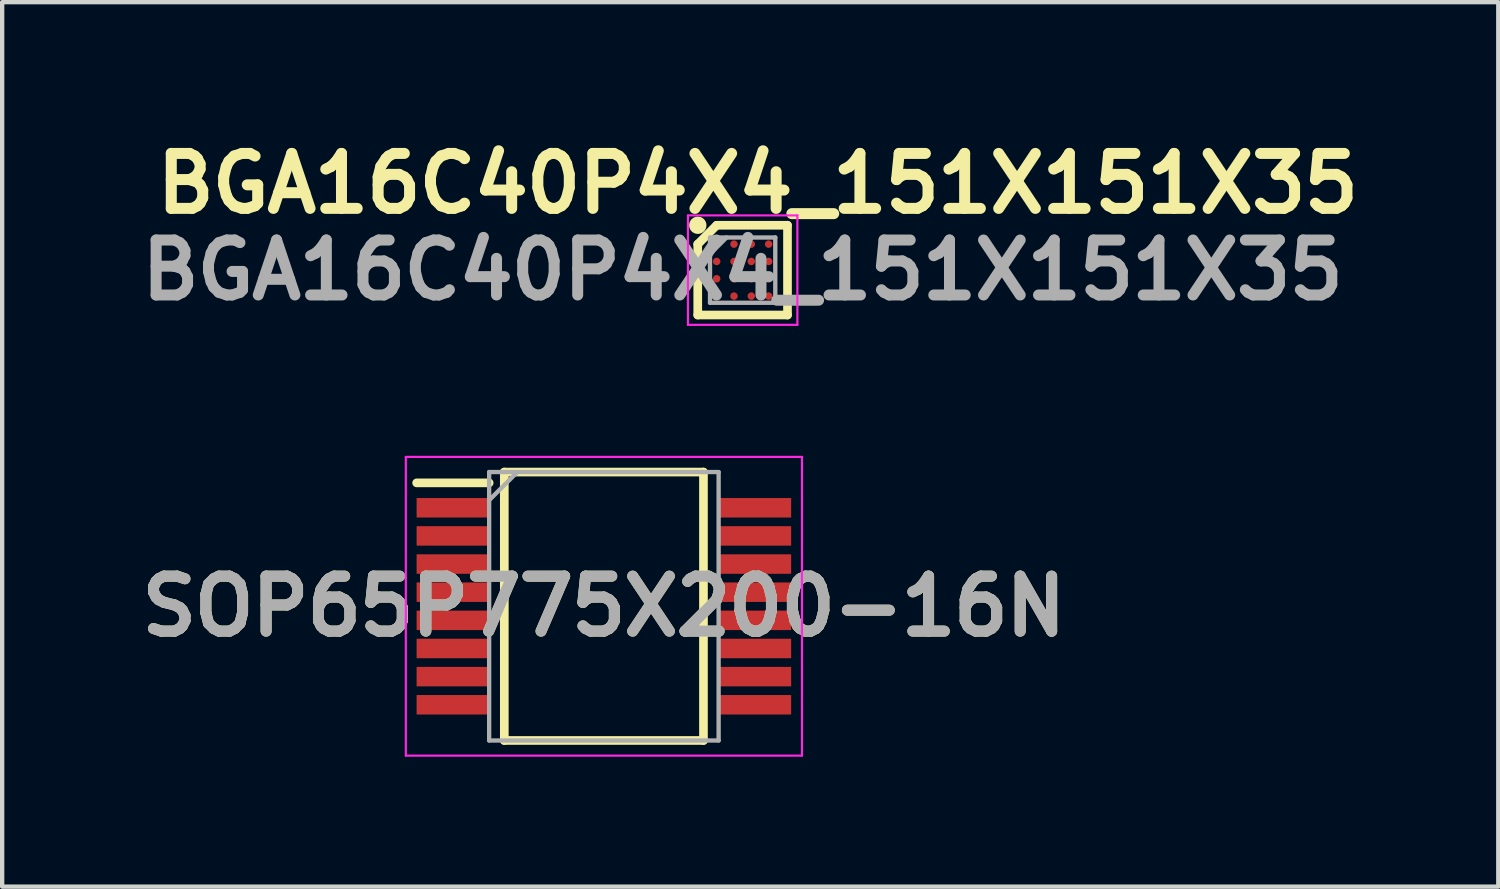
<source format=kicad_pcb>
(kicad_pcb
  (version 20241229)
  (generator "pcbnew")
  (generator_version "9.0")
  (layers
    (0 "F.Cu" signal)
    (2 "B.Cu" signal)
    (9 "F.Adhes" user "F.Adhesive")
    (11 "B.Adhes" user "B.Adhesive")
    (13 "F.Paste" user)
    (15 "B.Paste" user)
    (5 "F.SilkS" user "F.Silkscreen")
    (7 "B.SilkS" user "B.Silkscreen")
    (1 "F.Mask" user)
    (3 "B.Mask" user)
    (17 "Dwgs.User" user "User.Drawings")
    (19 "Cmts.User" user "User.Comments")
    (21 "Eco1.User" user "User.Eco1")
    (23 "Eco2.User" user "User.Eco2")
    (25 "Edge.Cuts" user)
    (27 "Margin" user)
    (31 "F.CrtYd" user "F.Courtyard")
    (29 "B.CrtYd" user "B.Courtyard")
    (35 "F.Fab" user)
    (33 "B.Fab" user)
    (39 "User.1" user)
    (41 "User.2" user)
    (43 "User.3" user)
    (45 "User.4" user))
  (footprint "SOP65P775X200-16N"
    (layer "F.Cu")
    (at 10.898 10.953)
    (property "Reference" "SOP65P775X200-16N" (at 0 0 0) (layer "F.SilkS") (effects (font (size 1.27 1.27) (thickness 0.254))))
    (attr smd)
    (fp_line (start -4.325 -2.85) (end -2.65 -2.85) (stroke (width 0.2) (type solid)) (layer "F.SilkS"))
    (fp_line (start -2.3 -3.1) (end 2.3 -3.1) (stroke (width 0.2) (type solid)) (layer "F.SilkS"))
    (fp_line (start -2.3 3.1) (end -2.3 -3.1) (stroke (width 0.2) (type solid)) (layer "F.SilkS"))
    (fp_line (start 2.3 -3.1) (end 2.3 3.1) (stroke (width 0.2) (type solid)) (layer "F.SilkS"))
    (fp_line (start 2.3 3.1) (end -2.3 3.1) (stroke (width 0.2) (type solid)) (layer "F.SilkS"))
    (fp_line (start -4.575 -3.45) (end 4.575 -3.45) (stroke (width 0.05) (type solid)) (layer "F.CrtYd"))
    (fp_line (start -4.575 3.45) (end -4.575 -3.45) (stroke (width 0.05) (type solid)) (layer "F.CrtYd"))
    (fp_line (start 4.575 -3.45) (end 4.575 3.45) (stroke (width 0.05) (type solid)) (layer "F.CrtYd"))
    (fp_line (start 4.575 3.45) (end -4.575 3.45) (stroke (width 0.05) (type solid)) (layer "F.CrtYd"))
    (fp_line (start -2.65 -3.1) (end 2.65 -3.1) (stroke (width 0.1) (type solid)) (layer "F.Fab"))
    (fp_line (start -2.65 -2.45) (end -2 -3.1) (stroke (width 0.1) (type solid)) (layer "F.Fab"))
    (fp_line (start -2.65 3.1) (end -2.65 -3.1) (stroke (width 0.1) (type solid)) (layer "F.Fab"))
    (fp_line (start 2.65 -3.1) (end 2.65 3.1) (stroke (width 0.1) (type solid)) (layer "F.Fab"))
    (fp_line (start 2.65 3.1) (end -2.65 3.1) (stroke (width 0.1) (type solid)) (layer "F.Fab"))
    (fp_text user "${REFERENCE}" (at 0 0 0) (layer "F.Fab") (effects (font (size 1.27 1.27) (thickness 0.254))))
    (pad "1" smd rect (at -3.488 -2.275 90) (size 0.45 1.675) (layers "F.Cu" "F.Mask" "F.Paste"))
    (pad "2" smd rect (at -3.488 -1.625 90) (size 0.45 1.675) (layers "F.Cu" "F.Mask" "F.Paste"))
    (pad "3" smd rect (at -3.488 -0.975 90) (size 0.45 1.675) (layers "F.Cu" "F.Mask" "F.Paste"))
    (pad "4" smd rect (at -3.488 -0.325 90) (size 0.45 1.675) (layers "F.Cu" "F.Mask" "F.Paste"))
    (pad "5" smd rect (at -3.488 0.325 90) (size 0.45 1.675) (layers "F.Cu" "F.Mask" "F.Paste"))
    (pad "6" smd rect (at -3.488 0.975 90) (size 0.45 1.675) (layers "F.Cu" "F.Mask" "F.Paste"))
    (pad "7" smd rect (at -3.488 1.625 90) (size 0.45 1.675) (layers "F.Cu" "F.Mask" "F.Paste"))
    (pad "8" smd rect (at -3.488 2.275 90) (size 0.45 1.675) (layers "F.Cu" "F.Mask" "F.Paste"))
    (pad "9" smd rect (at 3.488 2.275 90) (size 0.45 1.675) (layers "F.Cu" "F.Mask" "F.Paste"))
    (pad "10" smd rect (at 3.488 1.625 90) (size 0.45 1.675) (layers "F.Cu" "F.Mask" "F.Paste"))
    (pad "11" smd rect (at 3.488 0.975 90) (size 0.45 1.675) (layers "F.Cu" "F.Mask" "F.Paste"))
    (pad "12" smd rect (at 3.488 0.325 90) (size 0.45 1.675) (layers "F.Cu" "F.Mask" "F.Paste"))
    (pad "13" smd rect (at 3.488 -0.325 90) (size 0.45 1.675) (layers "F.Cu" "F.Mask" "F.Paste"))
    (pad "14" smd rect (at 3.488 -0.975 90) (size 0.45 1.675) (layers "F.Cu" "F.Mask" "F.Paste"))
    (pad "15" smd rect (at 3.488 -1.625 90) (size 0.45 1.675) (layers "F.Cu" "F.Mask" "F.Paste"))
    (pad "16" smd rect (at 3.488 -2.275 90) (size 0.45 1.675) (layers "F.Cu" "F.Mask" "F.Paste")))
  (footprint "BGA16C40P4X4_151X151X35"
    (layer "F.Cu")
    (at 14.103 3.189)
    (property "Reference" "BGA16C40P4X4_151X151X35" (at 0.35 -2 0) (layer "F.SilkS") (effects (font (size 1.27 1.27) (thickness 0.254))))
    (attr smd)
    (fp_line (start -1.037 -0.599) (end -0.601 -1.035) (stroke (width 0.2) (type solid)) (layer "F.SilkS"))
    (fp_line (start -1.037 1.037) (end -1.037 -0.599) (stroke (width 0.2) (type solid)) (layer "F.SilkS"))
    (fp_line (start -0.6 -1.036) (end 1.036 -1.036) (stroke (width 0.2) (type solid)) (layer "F.SilkS"))
    (fp_line (start 1.036 -1.036) (end 1.036 1.037) (stroke (width 0.2) (type solid)) (layer "F.SilkS"))
    (fp_line (start 1.036 1.037) (end -1.037 1.037) (stroke (width 0.2) (type solid)) (layer "F.SilkS"))
    (fp_circle (center -1.036 -1.036) (end -1.036 -0.936) (stroke (width 0.2) (type solid)) (fill no) (layer "F.SilkS"))
    (fp_line (start -1.264 -1.264) (end 1.264 -1.264) (stroke (width 0.05) (type solid)) (layer "F.CrtYd"))
    (fp_line (start -1.264 1.264) (end -1.264 -1.264) (stroke (width 0.05) (type solid)) (layer "F.CrtYd"))
    (fp_line (start 1.264 -1.264) (end 1.264 1.264) (stroke (width 0.05) (type solid)) (layer "F.CrtYd"))
    (fp_line (start 1.264 1.264) (end -1.264 1.264) (stroke (width 0.05) (type solid)) (layer "F.CrtYd"))
    (fp_line (start -0.754 -0.754) (end 0.754 -0.754) (stroke (width 0.1) (type solid)) (layer "F.Fab"))
    (fp_line (start -0.754 -0.372) (end -0.372 -0.754) (stroke (width 0.1) (type solid)) (layer "F.Fab"))
    (fp_line (start -0.754 0.754) (end -0.754 -0.754) (stroke (width 0.1) (type solid)) (layer "F.Fab"))
    (fp_line (start 0.754 -0.754) (end 0.754 0.754) (stroke (width 0.1) (type solid)) (layer "F.Fab"))
    (fp_line (start 0.754 0.754) (end -0.754 0.754) (stroke (width 0.1) (type solid)) (layer "F.Fab"))
    (fp_text user "${REFERENCE}" (at 0 0 0) (layer "F.Fab") (effects (font (size 1.27 1.27) (thickness 0.254))))
    (pad "A1" smd circle (at -0.6 -0.6 90) (size 0.173 0.173) (layers "F.Cu" "F.Mask" "F.Paste"))
    (pad "A2" smd circle (at -0.2 -0.6 90) (size 0.173 0.173) (layers "F.Cu" "F.Mask" "F.Paste"))
    (pad "A3" smd circle (at 0.2 -0.6 90) (size 0.173 0.173) (layers "F.Cu" "F.Mask" "F.Paste"))
    (pad "A4" smd circle (at 0.6 -0.6 90) (size 0.173 0.173) (layers "F.Cu" "F.Mask" "F.Paste"))
    (pad "B1" smd circle (at -0.6 -0.2 90) (size 0.173 0.173) (layers "F.Cu" "F.Mask" "F.Paste"))
    (pad "B2" smd circle (at -0.2 -0.2 90) (size 0.173 0.173) (layers "F.Cu" "F.Mask" "F.Paste"))
    (pad "B3" smd circle (at 0.2 -0.2 90) (size 0.173 0.173) (layers "F.Cu" "F.Mask" "F.Paste"))
    (pad "B4" smd circle (at 0.6 -0.2 90) (size 0.173 0.173) (layers "F.Cu" "F.Mask" "F.Paste"))
    (pad "C1" smd circle (at -0.6 0.2 90) (size 0.173 0.173) (layers "F.Cu" "F.Mask" "F.Paste"))
    (pad "C2" smd circle (at -0.2 0.2 90) (size 0.173 0.173) (layers "F.Cu" "F.Mask" "F.Paste"))
    (pad "C3" smd circle (at 0.2 0.2 90) (size 0.173 0.173) (layers "F.Cu" "F.Mask" "F.Paste"))
    (pad "C4" smd circle (at 0.6 0.2 90) (size 0.173 0.173) (layers "F.Cu" "F.Mask" "F.Paste"))
    (pad "D1" smd circle (at -0.6 0.6 90) (size 0.173 0.173) (layers "F.Cu" "F.Mask" "F.Paste"))
    (pad "D2" smd circle (at -0.2 0.6 90) (size 0.173 0.173) (layers "F.Cu" "F.Mask" "F.Paste"))
    (pad "D3" smd circle (at 0.2 0.6 90) (size 0.173 0.173) (layers "F.Cu" "F.Mask" "F.Paste"))
    (pad "D4" smd circle (at 0.6 0.6 90) (size 0.173 0.173) (layers "F.Cu" "F.Mask" "F.Paste")))
  (gr_rect
    (start -3 -3)
    (end 31.556 17.428)
    (stroke (width 0.1) (type default))
    (fill no)
    (layer "Edge.Cuts")))
</source>
